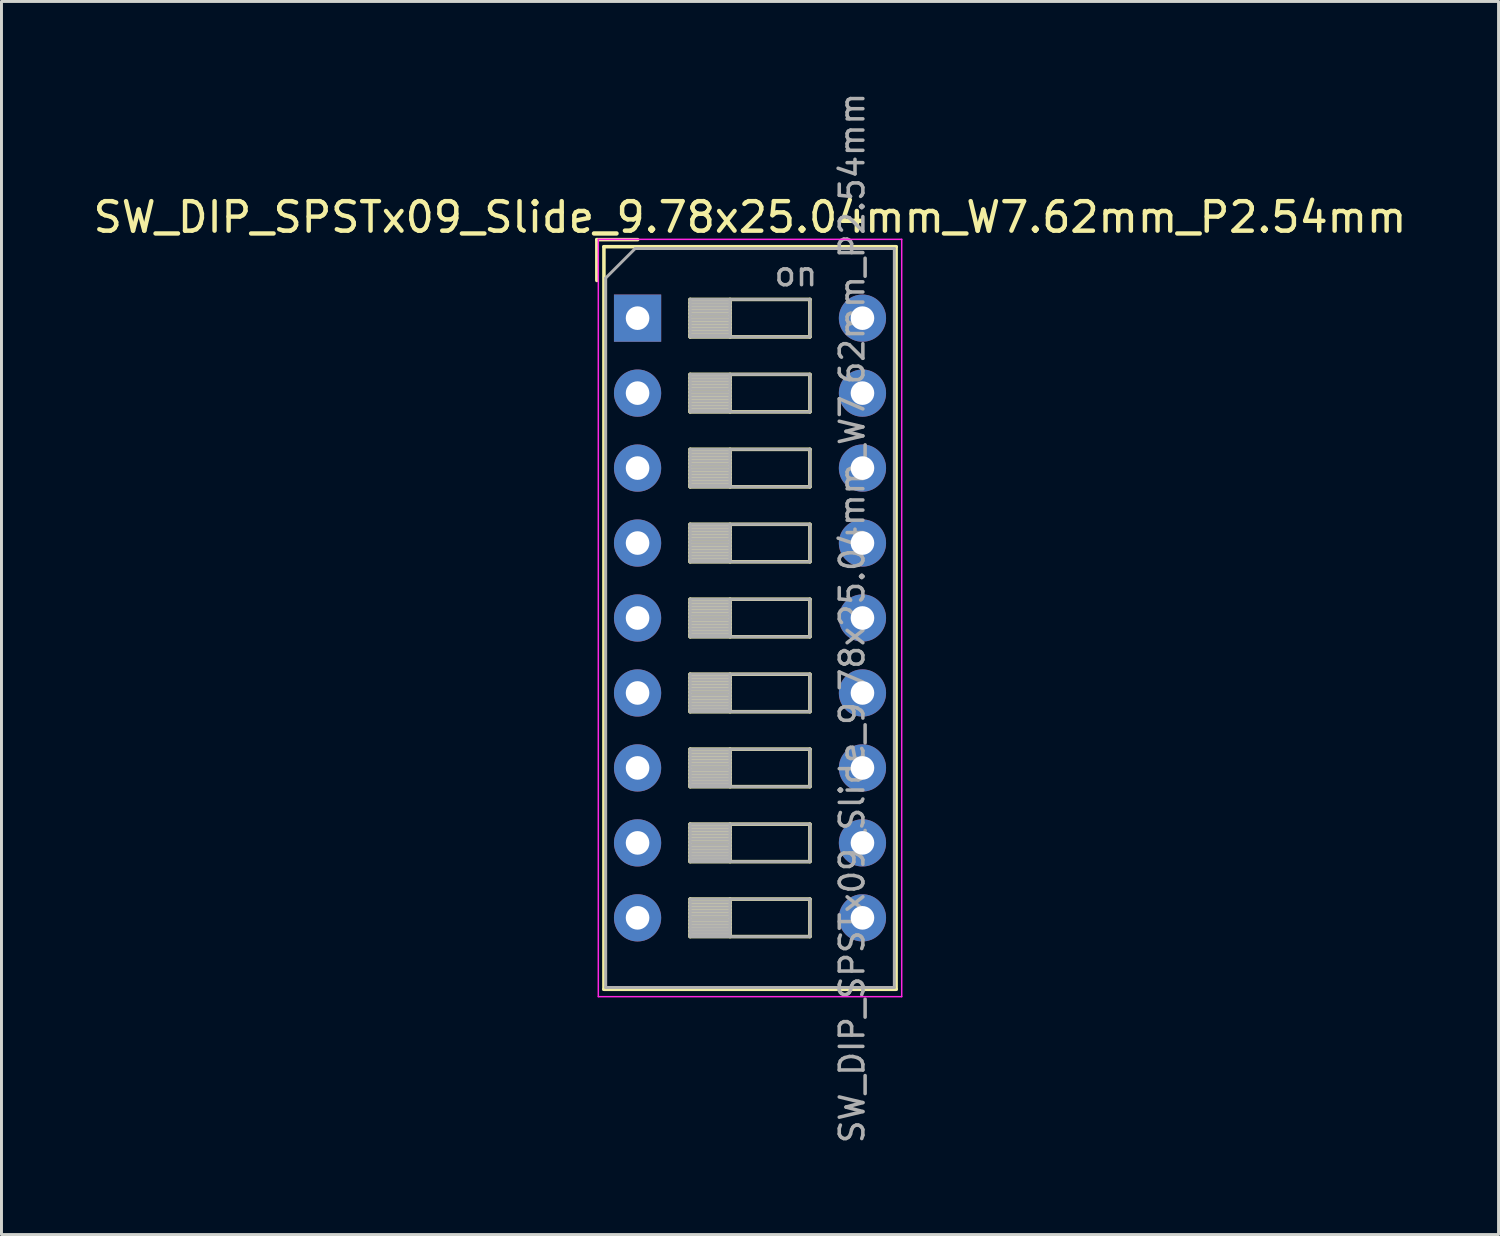
<source format=kicad_pcb>
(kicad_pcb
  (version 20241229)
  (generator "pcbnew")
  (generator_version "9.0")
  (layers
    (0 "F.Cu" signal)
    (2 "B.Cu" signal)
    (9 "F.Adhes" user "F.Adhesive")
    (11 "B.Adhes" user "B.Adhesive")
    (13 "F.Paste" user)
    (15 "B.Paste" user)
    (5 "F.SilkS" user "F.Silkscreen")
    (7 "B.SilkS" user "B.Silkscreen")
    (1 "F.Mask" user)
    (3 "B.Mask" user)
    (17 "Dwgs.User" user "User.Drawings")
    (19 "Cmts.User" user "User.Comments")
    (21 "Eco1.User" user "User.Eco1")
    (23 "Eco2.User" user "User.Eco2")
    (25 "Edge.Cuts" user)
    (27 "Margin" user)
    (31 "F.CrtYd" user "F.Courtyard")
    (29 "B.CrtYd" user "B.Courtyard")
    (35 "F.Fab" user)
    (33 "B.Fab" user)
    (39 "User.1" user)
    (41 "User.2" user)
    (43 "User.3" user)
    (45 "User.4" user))
  (footprint "SW_DIP_SPSTx09_Slide_9.78x25.04mm_W7.62mm_P2.54mm"
    (layer "F.Cu")
    (at 18.553 7.73)
    (property "Reference" "SW_DIP_SPSTx09_Slide_9.78x25.04mm_W7.62mm_P2.54mm" (at 3.81 -3.42 0) (layer "F.SilkS") (effects (font (size 1 1) (thickness 0.15))))
    (attr through_hole)
    (fp_line (start -1.38 -2.66) (end -1.38 -1.277) (stroke (width 0.12) (type solid)) (layer "F.SilkS"))
    (fp_line (start -1.38 -2.66) (end 0.003 -2.66) (stroke (width 0.12) (type solid)) (layer "F.SilkS"))
    (fp_line (start -1.14 -2.42) (end -1.14 22.74) (stroke (width 0.12) (type solid)) (layer "F.SilkS"))
    (fp_line (start -1.14 -2.42) (end 8.76 -2.42) (stroke (width 0.12) (type solid)) (layer "F.SilkS"))
    (fp_line (start -1.14 22.74) (end 8.76 22.74) (stroke (width 0.12) (type solid)) (layer "F.SilkS"))
    (fp_line (start 1.78 -0.635) (end 1.78 0.635) (stroke (width 0.12) (type solid)) (layer "F.SilkS"))
    (fp_line (start 1.78 -0.515) (end 3.133 -0.515) (stroke (width 0.12) (type solid)) (layer "F.SilkS"))
    (fp_line (start 1.78 -0.395) (end 3.133 -0.395) (stroke (width 0.12) (type solid)) (layer "F.SilkS"))
    (fp_line (start 1.78 -0.275) (end 3.133 -0.275) (stroke (width 0.12) (type solid)) (layer "F.SilkS"))
    (fp_line (start 1.78 -0.155) (end 3.133 -0.155) (stroke (width 0.12) (type solid)) (layer "F.SilkS"))
    (fp_line (start 1.78 -0.035) (end 3.133 -0.035) (stroke (width 0.12) (type solid)) (layer "F.SilkS"))
    (fp_line (start 1.78 0.085) (end 3.133 0.085) (stroke (width 0.12) (type solid)) (layer "F.SilkS"))
    (fp_line (start 1.78 0.205) (end 3.133 0.205) (stroke (width 0.12) (type solid)) (layer "F.SilkS"))
    (fp_line (start 1.78 0.325) (end 3.133 0.325) (stroke (width 0.12) (type solid)) (layer "F.SilkS"))
    (fp_line (start 1.78 0.445) (end 3.133 0.445) (stroke (width 0.12) (type solid)) (layer "F.SilkS"))
    (fp_line (start 1.78 0.565) (end 3.133 0.565) (stroke (width 0.12) (type solid)) (layer "F.SilkS"))
    (fp_line (start 1.78 0.635) (end 5.84 0.635) (stroke (width 0.12) (type solid)) (layer "F.SilkS"))
    (fp_line (start 1.78 1.905) (end 1.78 3.175) (stroke (width 0.12) (type solid)) (layer "F.SilkS"))
    (fp_line (start 1.78 2.025) (end 3.133 2.025) (stroke (width 0.12) (type solid)) (layer "F.SilkS"))
    (fp_line (start 1.78 2.145) (end 3.133 2.145) (stroke (width 0.12) (type solid)) (layer "F.SilkS"))
    (fp_line (start 1.78 2.265) (end 3.133 2.265) (stroke (width 0.12) (type solid)) (layer "F.SilkS"))
    (fp_line (start 1.78 2.385) (end 3.133 2.385) (stroke (width 0.12) (type solid)) (layer "F.SilkS"))
    (fp_line (start 1.78 2.505) (end 3.133 2.505) (stroke (width 0.12) (type solid)) (layer "F.SilkS"))
    (fp_line (start 1.78 2.625) (end 3.133 2.625) (stroke (width 0.12) (type solid)) (layer "F.SilkS"))
    (fp_line (start 1.78 2.745) (end 3.133 2.745) (stroke (width 0.12) (type solid)) (layer "F.SilkS"))
    (fp_line (start 1.78 2.865) (end 3.133 2.865) (stroke (width 0.12) (type solid)) (layer "F.SilkS"))
    (fp_line (start 1.78 2.985) (end 3.133 2.985) (stroke (width 0.12) (type solid)) (layer "F.SilkS"))
    (fp_line (start 1.78 3.105) (end 3.133 3.105) (stroke (width 0.12) (type solid)) (layer "F.SilkS"))
    (fp_line (start 1.78 3.175) (end 5.84 3.175) (stroke (width 0.12) (type solid)) (layer "F.SilkS"))
    (fp_line (start 1.78 4.445) (end 1.78 5.715) (stroke (width 0.12) (type solid)) (layer "F.SilkS"))
    (fp_line (start 1.78 4.565) (end 3.133 4.565) (stroke (width 0.12) (type solid)) (layer "F.SilkS"))
    (fp_line (start 1.78 4.685) (end 3.133 4.685) (stroke (width 0.12) (type solid)) (layer "F.SilkS"))
    (fp_line (start 1.78 4.805) (end 3.133 4.805) (stroke (width 0.12) (type solid)) (layer "F.SilkS"))
    (fp_line (start 1.78 4.925) (end 3.133 4.925) (stroke (width 0.12) (type solid)) (layer "F.SilkS"))
    (fp_line (start 1.78 5.045) (end 3.133 5.045) (stroke (width 0.12) (type solid)) (layer "F.SilkS"))
    (fp_line (start 1.78 5.165) (end 3.133 5.165) (stroke (width 0.12) (type solid)) (layer "F.SilkS"))
    (fp_line (start 1.78 5.285) (end 3.133 5.285) (stroke (width 0.12) (type solid)) (layer "F.SilkS"))
    (fp_line (start 1.78 5.405) (end 3.133 5.405) (stroke (width 0.12) (type solid)) (layer "F.SilkS"))
    (fp_line (start 1.78 5.525) (end 3.133 5.525) (stroke (width 0.12) (type solid)) (layer "F.SilkS"))
    (fp_line (start 1.78 5.645) (end 3.133 5.645) (stroke (width 0.12) (type solid)) (layer "F.SilkS"))
    (fp_line (start 1.78 5.715) (end 5.84 5.715) (stroke (width 0.12) (type solid)) (layer "F.SilkS"))
    (fp_line (start 1.78 6.985) (end 1.78 8.255) (stroke (width 0.12) (type solid)) (layer "F.SilkS"))
    (fp_line (start 1.78 7.105) (end 3.133 7.105) (stroke (width 0.12) (type solid)) (layer "F.SilkS"))
    (fp_line (start 1.78 7.225) (end 3.133 7.225) (stroke (width 0.12) (type solid)) (layer "F.SilkS"))
    (fp_line (start 1.78 7.345) (end 3.133 7.345) (stroke (width 0.12) (type solid)) (layer "F.SilkS"))
    (fp_line (start 1.78 7.465) (end 3.133 7.465) (stroke (width 0.12) (type solid)) (layer "F.SilkS"))
    (fp_line (start 1.78 7.585) (end 3.133 7.585) (stroke (width 0.12) (type solid)) (layer "F.SilkS"))
    (fp_line (start 1.78 7.705) (end 3.133 7.705) (stroke (width 0.12) (type solid)) (layer "F.SilkS"))
    (fp_line (start 1.78 7.825) (end 3.133 7.825) (stroke (width 0.12) (type solid)) (layer "F.SilkS"))
    (fp_line (start 1.78 7.945) (end 3.133 7.945) (stroke (width 0.12) (type solid)) (layer "F.SilkS"))
    (fp_line (start 1.78 8.065) (end 3.133 8.065) (stroke (width 0.12) (type solid)) (layer "F.SilkS"))
    (fp_line (start 1.78 8.185) (end 3.133 8.185) (stroke (width 0.12) (type solid)) (layer "F.SilkS"))
    (fp_line (start 1.78 8.255) (end 5.84 8.255) (stroke (width 0.12) (type solid)) (layer "F.SilkS"))
    (fp_line (start 1.78 9.525) (end 1.78 10.795) (stroke (width 0.12) (type solid)) (layer "F.SilkS"))
    (fp_line (start 1.78 9.645) (end 3.133 9.645) (stroke (width 0.12) (type solid)) (layer "F.SilkS"))
    (fp_line (start 1.78 9.765) (end 3.133 9.765) (stroke (width 0.12) (type solid)) (layer "F.SilkS"))
    (fp_line (start 1.78 9.885) (end 3.133 9.885) (stroke (width 0.12) (type solid)) (layer "F.SilkS"))
    (fp_line (start 1.78 10.005) (end 3.133 10.005) (stroke (width 0.12) (type solid)) (layer "F.SilkS"))
    (fp_line (start 1.78 10.125) (end 3.133 10.125) (stroke (width 0.12) (type solid)) (layer "F.SilkS"))
    (fp_line (start 1.78 10.245) (end 3.133 10.245) (stroke (width 0.12) (type solid)) (layer "F.SilkS"))
    (fp_line (start 1.78 10.365) (end 3.133 10.365) (stroke (width 0.12) (type solid)) (layer "F.SilkS"))
    (fp_line (start 1.78 10.485) (end 3.133 10.485) (stroke (width 0.12) (type solid)) (layer "F.SilkS"))
    (fp_line (start 1.78 10.605) (end 3.133 10.605) (stroke (width 0.12) (type solid)) (layer "F.SilkS"))
    (fp_line (start 1.78 10.725) (end 3.133 10.725) (stroke (width 0.12) (type solid)) (layer "F.SilkS"))
    (fp_line (start 1.78 10.795) (end 5.84 10.795) (stroke (width 0.12) (type solid)) (layer "F.SilkS"))
    (fp_line (start 1.78 12.065) (end 1.78 13.335) (stroke (width 0.12) (type solid)) (layer "F.SilkS"))
    (fp_line (start 1.78 12.185) (end 3.133 12.185) (stroke (width 0.12) (type solid)) (layer "F.SilkS"))
    (fp_line (start 1.78 12.305) (end 3.133 12.305) (stroke (width 0.12) (type solid)) (layer "F.SilkS"))
    (fp_line (start 1.78 12.425) (end 3.133 12.425) (stroke (width 0.12) (type solid)) (layer "F.SilkS"))
    (fp_line (start 1.78 12.545) (end 3.133 12.545) (stroke (width 0.12) (type solid)) (layer "F.SilkS"))
    (fp_line (start 1.78 12.665) (end 3.133 12.665) (stroke (width 0.12) (type solid)) (layer "F.SilkS"))
    (fp_line (start 1.78 12.785) (end 3.133 12.785) (stroke (width 0.12) (type solid)) (layer "F.SilkS"))
    (fp_line (start 1.78 12.905) (end 3.133 12.905) (stroke (width 0.12) (type solid)) (layer "F.SilkS"))
    (fp_line (start 1.78 13.025) (end 3.133 13.025) (stroke (width 0.12) (type solid)) (layer "F.SilkS"))
    (fp_line (start 1.78 13.145) (end 3.133 13.145) (stroke (width 0.12) (type solid)) (layer "F.SilkS"))
    (fp_line (start 1.78 13.265) (end 3.133 13.265) (stroke (width 0.12) (type solid)) (layer "F.SilkS"))
    (fp_line (start 1.78 13.335) (end 5.84 13.335) (stroke (width 0.12) (type solid)) (layer "F.SilkS"))
    (fp_line (start 1.78 14.605) (end 1.78 15.875) (stroke (width 0.12) (type solid)) (layer "F.SilkS"))
    (fp_line (start 1.78 14.725) (end 3.133 14.725) (stroke (width 0.12) (type solid)) (layer "F.SilkS"))
    (fp_line (start 1.78 14.845) (end 3.133 14.845) (stroke (width 0.12) (type solid)) (layer "F.SilkS"))
    (fp_line (start 1.78 14.965) (end 3.133 14.965) (stroke (width 0.12) (type solid)) (layer "F.SilkS"))
    (fp_line (start 1.78 15.085) (end 3.133 15.085) (stroke (width 0.12) (type solid)) (layer "F.SilkS"))
    (fp_line (start 1.78 15.205) (end 3.133 15.205) (stroke (width 0.12) (type solid)) (layer "F.SilkS"))
    (fp_line (start 1.78 15.325) (end 3.133 15.325) (stroke (width 0.12) (type solid)) (layer "F.SilkS"))
    (fp_line (start 1.78 15.445) (end 3.133 15.445) (stroke (width 0.12) (type solid)) (layer "F.SilkS"))
    (fp_line (start 1.78 15.565) (end 3.133 15.565) (stroke (width 0.12) (type solid)) (layer "F.SilkS"))
    (fp_line (start 1.78 15.685) (end 3.133 15.685) (stroke (width 0.12) (type solid)) (layer "F.SilkS"))
    (fp_line (start 1.78 15.805) (end 3.133 15.805) (stroke (width 0.12) (type solid)) (layer "F.SilkS"))
    (fp_line (start 1.78 15.875) (end 5.84 15.875) (stroke (width 0.12) (type solid)) (layer "F.SilkS"))
    (fp_line (start 1.78 17.145) (end 1.78 18.415) (stroke (width 0.12) (type solid)) (layer "F.SilkS"))
    (fp_line (start 1.78 17.265) (end 3.133 17.265) (stroke (width 0.12) (type solid)) (layer "F.SilkS"))
    (fp_line (start 1.78 17.385) (end 3.133 17.385) (stroke (width 0.12) (type solid)) (layer "F.SilkS"))
    (fp_line (start 1.78 17.505) (end 3.133 17.505) (stroke (width 0.12) (type solid)) (layer "F.SilkS"))
    (fp_line (start 1.78 17.625) (end 3.133 17.625) (stroke (width 0.12) (type solid)) (layer "F.SilkS"))
    (fp_line (start 1.78 17.745) (end 3.133 17.745) (stroke (width 0.12) (type solid)) (layer "F.SilkS"))
    (fp_line (start 1.78 17.865) (end 3.133 17.865) (stroke (width 0.12) (type solid)) (layer "F.SilkS"))
    (fp_line (start 1.78 17.985) (end 3.133 17.985) (stroke (width 0.12) (type solid)) (layer "F.SilkS"))
    (fp_line (start 1.78 18.105) (end 3.133 18.105) (stroke (width 0.12) (type solid)) (layer "F.SilkS"))
    (fp_line (start 1.78 18.225) (end 3.133 18.225) (stroke (width 0.12) (type solid)) (layer "F.SilkS"))
    (fp_line (start 1.78 18.345) (end 3.133 18.345) (stroke (width 0.12) (type solid)) (layer "F.SilkS"))
    (fp_line (start 1.78 18.415) (end 5.84 18.415) (stroke (width 0.12) (type solid)) (layer "F.SilkS"))
    (fp_line (start 1.78 19.685) (end 1.78 20.955) (stroke (width 0.12) (type solid)) (layer "F.SilkS"))
    (fp_line (start 1.78 19.805) (end 3.133 19.805) (stroke (width 0.12) (type solid)) (layer "F.SilkS"))
    (fp_line (start 1.78 19.925) (end 3.133 19.925) (stroke (width 0.12) (type solid)) (layer "F.SilkS"))
    (fp_line (start 1.78 20.045) (end 3.133 20.045) (stroke (width 0.12) (type solid)) (layer "F.SilkS"))
    (fp_line (start 1.78 20.165) (end 3.133 20.165) (stroke (width 0.12) (type solid)) (layer "F.SilkS"))
    (fp_line (start 1.78 20.285) (end 3.133 20.285) (stroke (width 0.12) (type solid)) (layer "F.SilkS"))
    (fp_line (start 1.78 20.405) (end 3.133 20.405) (stroke (width 0.12) (type solid)) (layer "F.SilkS"))
    (fp_line (start 1.78 20.525) (end 3.133 20.525) (stroke (width 0.12) (type solid)) (layer "F.SilkS"))
    (fp_line (start 1.78 20.645) (end 3.133 20.645) (stroke (width 0.12) (type solid)) (layer "F.SilkS"))
    (fp_line (start 1.78 20.765) (end 3.133 20.765) (stroke (width 0.12) (type solid)) (layer "F.SilkS"))
    (fp_line (start 1.78 20.885) (end 3.133 20.885) (stroke (width 0.12) (type solid)) (layer "F.SilkS"))
    (fp_line (start 1.78 20.955) (end 5.84 20.955) (stroke (width 0.12) (type solid)) (layer "F.SilkS"))
    (fp_line (start 3.133 -0.635) (end 3.133 0.635) (stroke (width 0.12) (type solid)) (layer "F.SilkS"))
    (fp_line (start 3.133 1.905) (end 3.133 3.175) (stroke (width 0.12) (type solid)) (layer "F.SilkS"))
    (fp_line (start 3.133 4.445) (end 3.133 5.715) (stroke (width 0.12) (type solid)) (layer "F.SilkS"))
    (fp_line (start 3.133 6.985) (end 3.133 8.255) (stroke (width 0.12) (type solid)) (layer "F.SilkS"))
    (fp_line (start 3.133 9.525) (end 3.133 10.795) (stroke (width 0.12) (type solid)) (layer "F.SilkS"))
    (fp_line (start 3.133 12.065) (end 3.133 13.335) (stroke (width 0.12) (type solid)) (layer "F.SilkS"))
    (fp_line (start 3.133 14.605) (end 3.133 15.875) (stroke (width 0.12) (type solid)) (layer "F.SilkS"))
    (fp_line (start 3.133 17.145) (end 3.133 18.415) (stroke (width 0.12) (type solid)) (layer "F.SilkS"))
    (fp_line (start 3.133 19.685) (end 3.133 20.955) (stroke (width 0.12) (type solid)) (layer "F.SilkS"))
    (fp_line (start 5.84 -0.635) (end 1.78 -0.635) (stroke (width 0.12) (type solid)) (layer "F.SilkS"))
    (fp_line (start 5.84 0.635) (end 5.84 -0.635) (stroke (width 0.12) (type solid)) (layer "F.SilkS"))
    (fp_line (start 5.84 1.905) (end 1.78 1.905) (stroke (width 0.12) (type solid)) (layer "F.SilkS"))
    (fp_line (start 5.84 3.175) (end 5.84 1.905) (stroke (width 0.12) (type solid)) (layer "F.SilkS"))
    (fp_line (start 5.84 4.445) (end 1.78 4.445) (stroke (width 0.12) (type solid)) (layer "F.SilkS"))
    (fp_line (start 5.84 5.715) (end 5.84 4.445) (stroke (width 0.12) (type solid)) (layer "F.SilkS"))
    (fp_line (start 5.84 6.985) (end 1.78 6.985) (stroke (width 0.12) (type solid)) (layer "F.SilkS"))
    (fp_line (start 5.84 8.255) (end 5.84 6.985) (stroke (width 0.12) (type solid)) (layer "F.SilkS"))
    (fp_line (start 5.84 9.525) (end 1.78 9.525) (stroke (width 0.12) (type solid)) (layer "F.SilkS"))
    (fp_line (start 5.84 10.795) (end 5.84 9.525) (stroke (width 0.12) (type solid)) (layer "F.SilkS"))
    (fp_line (start 5.84 12.065) (end 1.78 12.065) (stroke (width 0.12) (type solid)) (layer "F.SilkS"))
    (fp_line (start 5.84 13.335) (end 5.84 12.065) (stroke (width 0.12) (type solid)) (layer "F.SilkS"))
    (fp_line (start 5.84 14.605) (end 1.78 14.605) (stroke (width 0.12) (type solid)) (layer "F.SilkS"))
    (fp_line (start 5.84 15.875) (end 5.84 14.605) (stroke (width 0.12) (type solid)) (layer "F.SilkS"))
    (fp_line (start 5.84 17.145) (end 1.78 17.145) (stroke (width 0.12) (type solid)) (layer "F.SilkS"))
    (fp_line (start 5.84 18.415) (end 5.84 17.145) (stroke (width 0.12) (type solid)) (layer "F.SilkS"))
    (fp_line (start 5.84 19.685) (end 1.78 19.685) (stroke (width 0.12) (type solid)) (layer "F.SilkS"))
    (fp_line (start 5.84 20.955) (end 5.84 19.685) (stroke (width 0.12) (type solid)) (layer "F.SilkS"))
    (fp_line (start 8.76 -2.42) (end 8.76 22.74) (stroke (width 0.12) (type solid)) (layer "F.SilkS"))
    (fp_line (start -1.33 -2.67) (end -1.33 22.99) (stroke (width 0.05) (type solid)) (layer "F.CrtYd"))
    (fp_line (start -1.33 22.99) (end 8.95 22.99) (stroke (width 0.05) (type solid)) (layer "F.CrtYd"))
    (fp_line (start 8.95 -2.67) (end -1.33 -2.67) (stroke (width 0.05) (type solid)) (layer "F.CrtYd"))
    (fp_line (start 8.95 22.99) (end 8.95 -2.67) (stroke (width 0.05) (type solid)) (layer "F.CrtYd"))
    (fp_line (start -1.08 -1.36) (end -0.08 -2.36) (stroke (width 0.1) (type solid)) (layer "F.Fab"))
    (fp_line (start -1.08 22.68) (end -1.08 -1.36) (stroke (width 0.1) (type solid)) (layer "F.Fab"))
    (fp_line (start -0.08 -2.36) (end 8.7 -2.36) (stroke (width 0.1) (type solid)) (layer "F.Fab"))
    (fp_line (start 1.78 -0.635) (end 1.78 0.635) (stroke (width 0.1) (type solid)) (layer "F.Fab"))
    (fp_line (start 1.78 -0.535) (end 3.133 -0.535) (stroke (width 0.1) (type solid)) (layer "F.Fab"))
    (fp_line (start 1.78 -0.435) (end 3.133 -0.435) (stroke (width 0.1) (type solid)) (layer "F.Fab"))
    (fp_line (start 1.78 -0.335) (end 3.133 -0.335) (stroke (width 0.1) (type solid)) (layer "F.Fab"))
    (fp_line (start 1.78 -0.235) (end 3.133 -0.235) (stroke (width 0.1) (type solid)) (layer "F.Fab"))
    (fp_line (start 1.78 -0.135) (end 3.133 -0.135) (stroke (width 0.1) (type solid)) (layer "F.Fab"))
    (fp_line (start 1.78 -0.035) (end 3.133 -0.035) (stroke (width 0.1) (type solid)) (layer "F.Fab"))
    (fp_line (start 1.78 0.065) (end 3.133 0.065) (stroke (width 0.1) (type solid)) (layer "F.Fab"))
    (fp_line (start 1.78 0.165) (end 3.133 0.165) (stroke (width 0.1) (type solid)) (layer "F.Fab"))
    (fp_line (start 1.78 0.265) (end 3.133 0.265) (stroke (width 0.1) (type solid)) (layer "F.Fab"))
    (fp_line (start 1.78 0.365) (end 3.133 0.365) (stroke (width 0.1) (type solid)) (layer "F.Fab"))
    (fp_line (start 1.78 0.465) (end 3.133 0.465) (stroke (width 0.1) (type solid)) (layer "F.Fab"))
    (fp_line (start 1.78 0.565) (end 3.133 0.565) (stroke (width 0.1) (type solid)) (layer "F.Fab"))
    (fp_line (start 1.78 0.635) (end 5.84 0.635) (stroke (width 0.1) (type solid)) (layer "F.Fab"))
    (fp_line (start 1.78 1.905) (end 1.78 3.175) (stroke (width 0.1) (type solid)) (layer "F.Fab"))
    (fp_line (start 1.78 2.005) (end 3.133 2.005) (stroke (width 0.1) (type solid)) (layer "F.Fab"))
    (fp_line (start 1.78 2.105) (end 3.133 2.105) (stroke (width 0.1) (type solid)) (layer "F.Fab"))
    (fp_line (start 1.78 2.205) (end 3.133 2.205) (stroke (width 0.1) (type solid)) (layer "F.Fab"))
    (fp_line (start 1.78 2.305) (end 3.133 2.305) (stroke (width 0.1) (type solid)) (layer "F.Fab"))
    (fp_line (start 1.78 2.405) (end 3.133 2.405) (stroke (width 0.1) (type solid)) (layer "F.Fab"))
    (fp_line (start 1.78 2.505) (end 3.133 2.505) (stroke (width 0.1) (type solid)) (layer "F.Fab"))
    (fp_line (start 1.78 2.605) (end 3.133 2.605) (stroke (width 0.1) (type solid)) (layer "F.Fab"))
    (fp_line (start 1.78 2.705) (end 3.133 2.705) (stroke (width 0.1) (type solid)) (layer "F.Fab"))
    (fp_line (start 1.78 2.805) (end 3.133 2.805) (stroke (width 0.1) (type solid)) (layer "F.Fab"))
    (fp_line (start 1.78 2.905) (end 3.133 2.905) (stroke (width 0.1) (type solid)) (layer "F.Fab"))
    (fp_line (start 1.78 3.005) (end 3.133 3.005) (stroke (width 0.1) (type solid)) (layer "F.Fab"))
    (fp_line (start 1.78 3.105) (end 3.133 3.105) (stroke (width 0.1) (type solid)) (layer "F.Fab"))
    (fp_line (start 1.78 3.175) (end 5.84 3.175) (stroke (width 0.1) (type solid)) (layer "F.Fab"))
    (fp_line (start 1.78 4.445) (end 1.78 5.715) (stroke (width 0.1) (type solid)) (layer "F.Fab"))
    (fp_line (start 1.78 4.545) (end 3.133 4.545) (stroke (width 0.1) (type solid)) (layer "F.Fab"))
    (fp_line (start 1.78 4.645) (end 3.133 4.645) (stroke (width 0.1) (type solid)) (layer "F.Fab"))
    (fp_line (start 1.78 4.745) (end 3.133 4.745) (stroke (width 0.1) (type solid)) (layer "F.Fab"))
    (fp_line (start 1.78 4.845) (end 3.133 4.845) (stroke (width 0.1) (type solid)) (layer "F.Fab"))
    (fp_line (start 1.78 4.945) (end 3.133 4.945) (stroke (width 0.1) (type solid)) (layer "F.Fab"))
    (fp_line (start 1.78 5.045) (end 3.133 5.045) (stroke (width 0.1) (type solid)) (layer "F.Fab"))
    (fp_line (start 1.78 5.145) (end 3.133 5.145) (stroke (width 0.1) (type solid)) (layer "F.Fab"))
    (fp_line (start 1.78 5.245) (end 3.133 5.245) (stroke (width 0.1) (type solid)) (layer "F.Fab"))
    (fp_line (start 1.78 5.345) (end 3.133 5.345) (stroke (width 0.1) (type solid)) (layer "F.Fab"))
    (fp_line (start 1.78 5.445) (end 3.133 5.445) (stroke (width 0.1) (type solid)) (layer "F.Fab"))
    (fp_line (start 1.78 5.545) (end 3.133 5.545) (stroke (width 0.1) (type solid)) (layer "F.Fab"))
    (fp_line (start 1.78 5.645) (end 3.133 5.645) (stroke (width 0.1) (type solid)) (layer "F.Fab"))
    (fp_line (start 1.78 5.715) (end 5.84 5.715) (stroke (width 0.1) (type solid)) (layer "F.Fab"))
    (fp_line (start 1.78 6.985) (end 1.78 8.255) (stroke (width 0.1) (type solid)) (layer "F.Fab"))
    (fp_line (start 1.78 7.085) (end 3.133 7.085) (stroke (width 0.1) (type solid)) (layer "F.Fab"))
    (fp_line (start 1.78 7.185) (end 3.133 7.185) (stroke (width 0.1) (type solid)) (layer "F.Fab"))
    (fp_line (start 1.78 7.285) (end 3.133 7.285) (stroke (width 0.1) (type solid)) (layer "F.Fab"))
    (fp_line (start 1.78 7.385) (end 3.133 7.385) (stroke (width 0.1) (type solid)) (layer "F.Fab"))
    (fp_line (start 1.78 7.485) (end 3.133 7.485) (stroke (width 0.1) (type solid)) (layer "F.Fab"))
    (fp_line (start 1.78 7.585) (end 3.133 7.585) (stroke (width 0.1) (type solid)) (layer "F.Fab"))
    (fp_line (start 1.78 7.685) (end 3.133 7.685) (stroke (width 0.1) (type solid)) (layer "F.Fab"))
    (fp_line (start 1.78 7.785) (end 3.133 7.785) (stroke (width 0.1) (type solid)) (layer "F.Fab"))
    (fp_line (start 1.78 7.885) (end 3.133 7.885) (stroke (width 0.1) (type solid)) (layer "F.Fab"))
    (fp_line (start 1.78 7.985) (end 3.133 7.985) (stroke (width 0.1) (type solid)) (layer "F.Fab"))
    (fp_line (start 1.78 8.085) (end 3.133 8.085) (stroke (width 0.1) (type solid)) (layer "F.Fab"))
    (fp_line (start 1.78 8.185) (end 3.133 8.185) (stroke (width 0.1) (type solid)) (layer "F.Fab"))
    (fp_line (start 1.78 8.255) (end 5.84 8.255) (stroke (width 0.1) (type solid)) (layer "F.Fab"))
    (fp_line (start 1.78 9.525) (end 1.78 10.795) (stroke (width 0.1) (type solid)) (layer "F.Fab"))
    (fp_line (start 1.78 9.625) (end 3.133 9.625) (stroke (width 0.1) (type solid)) (layer "F.Fab"))
    (fp_line (start 1.78 9.725) (end 3.133 9.725) (stroke (width 0.1) (type solid)) (layer "F.Fab"))
    (fp_line (start 1.78 9.825) (end 3.133 9.825) (stroke (width 0.1) (type solid)) (layer "F.Fab"))
    (fp_line (start 1.78 9.925) (end 3.133 9.925) (stroke (width 0.1) (type solid)) (layer "F.Fab"))
    (fp_line (start 1.78 10.025) (end 3.133 10.025) (stroke (width 0.1) (type solid)) (layer "F.Fab"))
    (fp_line (start 1.78 10.125) (end 3.133 10.125) (stroke (width 0.1) (type solid)) (layer "F.Fab"))
    (fp_line (start 1.78 10.225) (end 3.133 10.225) (stroke (width 0.1) (type solid)) (layer "F.Fab"))
    (fp_line (start 1.78 10.325) (end 3.133 10.325) (stroke (width 0.1) (type solid)) (layer "F.Fab"))
    (fp_line (start 1.78 10.425) (end 3.133 10.425) (stroke (width 0.1) (type solid)) (layer "F.Fab"))
    (fp_line (start 1.78 10.525) (end 3.133 10.525) (stroke (width 0.1) (type solid)) (layer "F.Fab"))
    (fp_line (start 1.78 10.625) (end 3.133 10.625) (stroke (width 0.1) (type solid)) (layer "F.Fab"))
    (fp_line (start 1.78 10.725) (end 3.133 10.725) (stroke (width 0.1) (type solid)) (layer "F.Fab"))
    (fp_line (start 1.78 10.795) (end 5.84 10.795) (stroke (width 0.1) (type solid)) (layer "F.Fab"))
    (fp_line (start 1.78 12.065) (end 1.78 13.335) (stroke (width 0.1) (type solid)) (layer "F.Fab"))
    (fp_line (start 1.78 12.165) (end 3.133 12.165) (stroke (width 0.1) (type solid)) (layer "F.Fab"))
    (fp_line (start 1.78 12.265) (end 3.133 12.265) (stroke (width 0.1) (type solid)) (layer "F.Fab"))
    (fp_line (start 1.78 12.365) (end 3.133 12.365) (stroke (width 0.1) (type solid)) (layer "F.Fab"))
    (fp_line (start 1.78 12.465) (end 3.133 12.465) (stroke (width 0.1) (type solid)) (layer "F.Fab"))
    (fp_line (start 1.78 12.565) (end 3.133 12.565) (stroke (width 0.1) (type solid)) (layer "F.Fab"))
    (fp_line (start 1.78 12.665) (end 3.133 12.665) (stroke (width 0.1) (type solid)) (layer "F.Fab"))
    (fp_line (start 1.78 12.765) (end 3.133 12.765) (stroke (width 0.1) (type solid)) (layer "F.Fab"))
    (fp_line (start 1.78 12.865) (end 3.133 12.865) (stroke (width 0.1) (type solid)) (layer "F.Fab"))
    (fp_line (start 1.78 12.965) (end 3.133 12.965) (stroke (width 0.1) (type solid)) (layer "F.Fab"))
    (fp_line (start 1.78 13.065) (end 3.133 13.065) (stroke (width 0.1) (type solid)) (layer "F.Fab"))
    (fp_line (start 1.78 13.165) (end 3.133 13.165) (stroke (width 0.1) (type solid)) (layer "F.Fab"))
    (fp_line (start 1.78 13.265) (end 3.133 13.265) (stroke (width 0.1) (type solid)) (layer "F.Fab"))
    (fp_line (start 1.78 13.335) (end 5.84 13.335) (stroke (width 0.1) (type solid)) (layer "F.Fab"))
    (fp_line (start 1.78 14.605) (end 1.78 15.875) (stroke (width 0.1) (type solid)) (layer "F.Fab"))
    (fp_line (start 1.78 14.705) (end 3.133 14.705) (stroke (width 0.1) (type solid)) (layer "F.Fab"))
    (fp_line (start 1.78 14.805) (end 3.133 14.805) (stroke (width 0.1) (type solid)) (layer "F.Fab"))
    (fp_line (start 1.78 14.905) (end 3.133 14.905) (stroke (width 0.1) (type solid)) (layer "F.Fab"))
    (fp_line (start 1.78 15.005) (end 3.133 15.005) (stroke (width 0.1) (type solid)) (layer "F.Fab"))
    (fp_line (start 1.78 15.105) (end 3.133 15.105) (stroke (width 0.1) (type solid)) (layer "F.Fab"))
    (fp_line (start 1.78 15.205) (end 3.133 15.205) (stroke (width 0.1) (type solid)) (layer "F.Fab"))
    (fp_line (start 1.78 15.305) (end 3.133 15.305) (stroke (width 0.1) (type solid)) (layer "F.Fab"))
    (fp_line (start 1.78 15.405) (end 3.133 15.405) (stroke (width 0.1) (type solid)) (layer "F.Fab"))
    (fp_line (start 1.78 15.505) (end 3.133 15.505) (stroke (width 0.1) (type solid)) (layer "F.Fab"))
    (fp_line (start 1.78 15.605) (end 3.133 15.605) (stroke (width 0.1) (type solid)) (layer "F.Fab"))
    (fp_line (start 1.78 15.705) (end 3.133 15.705) (stroke (width 0.1) (type solid)) (layer "F.Fab"))
    (fp_line (start 1.78 15.805) (end 3.133 15.805) (stroke (width 0.1) (type solid)) (layer "F.Fab"))
    (fp_line (start 1.78 15.875) (end 5.84 15.875) (stroke (width 0.1) (type solid)) (layer "F.Fab"))
    (fp_line (start 1.78 17.145) (end 1.78 18.415) (stroke (width 0.1) (type solid)) (layer "F.Fab"))
    (fp_line (start 1.78 17.245) (end 3.133 17.245) (stroke (width 0.1) (type solid)) (layer "F.Fab"))
    (fp_line (start 1.78 17.345) (end 3.133 17.345) (stroke (width 0.1) (type solid)) (layer "F.Fab"))
    (fp_line (start 1.78 17.445) (end 3.133 17.445) (stroke (width 0.1) (type solid)) (layer "F.Fab"))
    (fp_line (start 1.78 17.545) (end 3.133 17.545) (stroke (width 0.1) (type solid)) (layer "F.Fab"))
    (fp_line (start 1.78 17.645) (end 3.133 17.645) (stroke (width 0.1) (type solid)) (layer "F.Fab"))
    (fp_line (start 1.78 17.745) (end 3.133 17.745) (stroke (width 0.1) (type solid)) (layer "F.Fab"))
    (fp_line (start 1.78 17.845) (end 3.133 17.845) (stroke (width 0.1) (type solid)) (layer "F.Fab"))
    (fp_line (start 1.78 17.945) (end 3.133 17.945) (stroke (width 0.1) (type solid)) (layer "F.Fab"))
    (fp_line (start 1.78 18.045) (end 3.133 18.045) (stroke (width 0.1) (type solid)) (layer "F.Fab"))
    (fp_line (start 1.78 18.145) (end 3.133 18.145) (stroke (width 0.1) (type solid)) (layer "F.Fab"))
    (fp_line (start 1.78 18.245) (end 3.133 18.245) (stroke (width 0.1) (type solid)) (layer "F.Fab"))
    (fp_line (start 1.78 18.345) (end 3.133 18.345) (stroke (width 0.1) (type solid)) (layer "F.Fab"))
    (fp_line (start 1.78 18.415) (end 5.84 18.415) (stroke (width 0.1) (type solid)) (layer "F.Fab"))
    (fp_line (start 1.78 19.685) (end 1.78 20.955) (stroke (width 0.1) (type solid)) (layer "F.Fab"))
    (fp_line (start 1.78 19.785) (end 3.133 19.785) (stroke (width 0.1) (type solid)) (layer "F.Fab"))
    (fp_line (start 1.78 19.885) (end 3.133 19.885) (stroke (width 0.1) (type solid)) (layer "F.Fab"))
    (fp_line (start 1.78 19.985) (end 3.133 19.985) (stroke (width 0.1) (type solid)) (layer "F.Fab"))
    (fp_line (start 1.78 20.085) (end 3.133 20.085) (stroke (width 0.1) (type solid)) (layer "F.Fab"))
    (fp_line (start 1.78 20.185) (end 3.133 20.185) (stroke (width 0.1) (type solid)) (layer "F.Fab"))
    (fp_line (start 1.78 20.285) (end 3.133 20.285) (stroke (width 0.1) (type solid)) (layer "F.Fab"))
    (fp_line (start 1.78 20.385) (end 3.133 20.385) (stroke (width 0.1) (type solid)) (layer "F.Fab"))
    (fp_line (start 1.78 20.485) (end 3.133 20.485) (stroke (width 0.1) (type solid)) (layer "F.Fab"))
    (fp_line (start 1.78 20.585) (end 3.133 20.585) (stroke (width 0.1) (type solid)) (layer "F.Fab"))
    (fp_line (start 1.78 20.685) (end 3.133 20.685) (stroke (width 0.1) (type solid)) (layer "F.Fab"))
    (fp_line (start 1.78 20.785) (end 3.133 20.785) (stroke (width 0.1) (type solid)) (layer "F.Fab"))
    (fp_line (start 1.78 20.885) (end 3.133 20.885) (stroke (width 0.1) (type solid)) (layer "F.Fab"))
    (fp_line (start 1.78 20.955) (end 5.84 20.955) (stroke (width 0.1) (type solid)) (layer "F.Fab"))
    (fp_line (start 3.133 -0.635) (end 3.133 0.635) (stroke (width 0.1) (type solid)) (layer "F.Fab"))
    (fp_line (start 3.133 1.905) (end 3.133 3.175) (stroke (width 0.1) (type solid)) (layer "F.Fab"))
    (fp_line (start 3.133 4.445) (end 3.133 5.715) (stroke (width 0.1) (type solid)) (layer "F.Fab"))
    (fp_line (start 3.133 6.985) (end 3.133 8.255) (stroke (width 0.1) (type solid)) (layer "F.Fab"))
    (fp_line (start 3.133 9.525) (end 3.133 10.795) (stroke (width 0.1) (type solid)) (layer "F.Fab"))
    (fp_line (start 3.133 12.065) (end 3.133 13.335) (stroke (width 0.1) (type solid)) (layer "F.Fab"))
    (fp_line (start 3.133 14.605) (end 3.133 15.875) (stroke (width 0.1) (type solid)) (layer "F.Fab"))
    (fp_line (start 3.133 17.145) (end 3.133 18.415) (stroke (width 0.1) (type solid)) (layer "F.Fab"))
    (fp_line (start 3.133 19.685) (end 3.133 20.955) (stroke (width 0.1) (type solid)) (layer "F.Fab"))
    (fp_line (start 5.84 -0.635) (end 1.78 -0.635) (stroke (width 0.1) (type solid)) (layer "F.Fab"))
    (fp_line (start 5.84 0.635) (end 5.84 -0.635) (stroke (width 0.1) (type solid)) (layer "F.Fab"))
    (fp_line (start 5.84 1.905) (end 1.78 1.905) (stroke (width 0.1) (type solid)) (layer "F.Fab"))
    (fp_line (start 5.84 3.175) (end 5.84 1.905) (stroke (width 0.1) (type solid)) (layer "F.Fab"))
    (fp_line (start 5.84 4.445) (end 1.78 4.445) (stroke (width 0.1) (type solid)) (layer "F.Fab"))
    (fp_line (start 5.84 5.715) (end 5.84 4.445) (stroke (width 0.1) (type solid)) (layer "F.Fab"))
    (fp_line (start 5.84 6.985) (end 1.78 6.985) (stroke (width 0.1) (type solid)) (layer "F.Fab"))
    (fp_line (start 5.84 8.255) (end 5.84 6.985) (stroke (width 0.1) (type solid)) (layer "F.Fab"))
    (fp_line (start 5.84 9.525) (end 1.78 9.525) (stroke (width 0.1) (type solid)) (layer "F.Fab"))
    (fp_line (start 5.84 10.795) (end 5.84 9.525) (stroke (width 0.1) (type solid)) (layer "F.Fab"))
    (fp_line (start 5.84 12.065) (end 1.78 12.065) (stroke (width 0.1) (type solid)) (layer "F.Fab"))
    (fp_line (start 5.84 13.335) (end 5.84 12.065) (stroke (width 0.1) (type solid)) (layer "F.Fab"))
    (fp_line (start 5.84 14.605) (end 1.78 14.605) (stroke (width 0.1) (type solid)) (layer "F.Fab"))
    (fp_line (start 5.84 15.875) (end 5.84 14.605) (stroke (width 0.1) (type solid)) (layer "F.Fab"))
    (fp_line (start 5.84 17.145) (end 1.78 17.145) (stroke (width 0.1) (type solid)) (layer "F.Fab"))
    (fp_line (start 5.84 18.415) (end 5.84 17.145) (stroke (width 0.1) (type solid)) (layer "F.Fab"))
    (fp_line (start 5.84 19.685) (end 1.78 19.685) (stroke (width 0.1) (type solid)) (layer "F.Fab"))
    (fp_line (start 5.84 20.955) (end 5.84 19.685) (stroke (width 0.1) (type solid)) (layer "F.Fab"))
    (fp_line (start 8.7 -2.36) (end 8.7 22.68) (stroke (width 0.1) (type solid)) (layer "F.Fab"))
    (fp_line (start 8.7 22.68) (end -1.08 22.68) (stroke (width 0.1) (type solid)) (layer "F.Fab"))
    (fp_text user "${REFERENCE}" (at 7.27 10.16 90) (layer "F.Fab") (effects (font (size 0.8 0.8) (thickness 0.12))))
    (fp_text user "on" (at 5.365 -1.498 0) (layer "F.Fab") (effects (font (size 0.8 0.8) (thickness 0.12))))
    (pad "1" thru_hole rect (at 0 0) (size 1.6 1.6) (drill 0.8) (layers "*.Cu" "*.Mask"))
    (pad "2" thru_hole circle (at 0 2.54) (size 1.6 1.6) (drill 0.8) (layers "*.Cu" "*.Mask"))
    (pad "3" thru_hole circle (at 0 5.08) (size 1.6 1.6) (drill 0.8) (layers "*.Cu" "*.Mask"))
    (pad "4" thru_hole circle (at 0 7.62) (size 1.6 1.6) (drill 0.8) (layers "*.Cu" "*.Mask"))
    (pad "5" thru_hole circle (at 0 10.16) (size 1.6 1.6) (drill 0.8) (layers "*.Cu" "*.Mask"))
    (pad "6" thru_hole circle (at 0 12.7) (size 1.6 1.6) (drill 0.8) (layers "*.Cu" "*.Mask"))
    (pad "7" thru_hole circle (at 0 15.24) (size 1.6 1.6) (drill 0.8) (layers "*.Cu" "*.Mask"))
    (pad "8" thru_hole circle (at 0 17.78) (size 1.6 1.6) (drill 0.8) (layers "*.Cu" "*.Mask"))
    (pad "9" thru_hole circle (at 0 20.32) (size 1.6 1.6) (drill 0.8) (layers "*.Cu" "*.Mask"))
    (pad "10" thru_hole circle (at 7.62 20.32) (size 1.6 1.6) (drill 0.8) (layers "*.Cu" "*.Mask"))
    (pad "11" thru_hole circle (at 7.62 17.78) (size 1.6 1.6) (drill 0.8) (layers "*.Cu" "*.Mask"))
    (pad "12" thru_hole circle (at 7.62 15.24) (size 1.6 1.6) (drill 0.8) (layers "*.Cu" "*.Mask"))
    (pad "13" thru_hole circle (at 7.62 12.7) (size 1.6 1.6) (drill 0.8) (layers "*.Cu" "*.Mask"))
    (pad "14" thru_hole circle (at 7.62 10.16) (size 1.6 1.6) (drill 0.8) (layers "*.Cu" "*.Mask"))
    (pad "15" thru_hole circle (at 7.62 7.62) (size 1.6 1.6) (drill 0.8) (layers "*.Cu" "*.Mask"))
    (pad "16" thru_hole circle (at 7.62 5.08) (size 1.6 1.6) (drill 0.8) (layers "*.Cu" "*.Mask"))
    (pad "17" thru_hole circle (at 7.62 2.54) (size 1.6 1.6) (drill 0.8) (layers "*.Cu" "*.Mask"))
    (pad "18" thru_hole circle (at 7.62 0) (size 1.6 1.6) (drill 0.8) (layers "*.Cu" "*.Mask")))
  (gr_rect
    (start -3 -3)
    (end 47.726 38.781)
    (stroke (width 0.1) (type default))
    (fill no)
    (layer "Edge.Cuts")))
</source>
